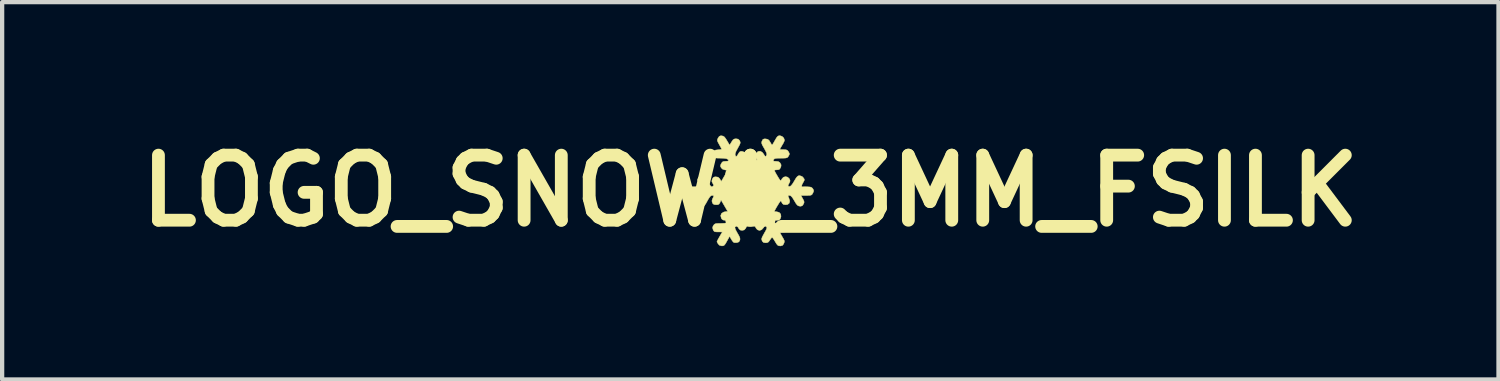
<source format=kicad_pcb>
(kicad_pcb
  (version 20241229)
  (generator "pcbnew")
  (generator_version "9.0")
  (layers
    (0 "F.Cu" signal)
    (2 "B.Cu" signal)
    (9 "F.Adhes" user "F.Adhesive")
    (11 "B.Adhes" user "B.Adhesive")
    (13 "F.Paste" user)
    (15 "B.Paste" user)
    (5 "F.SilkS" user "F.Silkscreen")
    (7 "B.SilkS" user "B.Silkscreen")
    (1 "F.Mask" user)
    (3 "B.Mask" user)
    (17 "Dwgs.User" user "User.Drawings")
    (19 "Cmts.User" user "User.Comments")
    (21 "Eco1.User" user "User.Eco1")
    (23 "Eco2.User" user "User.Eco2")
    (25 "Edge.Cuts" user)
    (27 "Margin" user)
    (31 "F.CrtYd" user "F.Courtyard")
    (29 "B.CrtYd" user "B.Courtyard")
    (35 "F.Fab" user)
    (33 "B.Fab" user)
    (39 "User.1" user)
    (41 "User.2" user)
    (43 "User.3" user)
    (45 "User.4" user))
  (footprint "LOGO_SNOW1_3MM_FSILK"
    (layer "F.Cu")
    (at 14.522 1.418)
    (property "Reference" "LOGO_SNOW1_3MM_FSILK" (at 0 0 0) (layer "F.SilkS") (effects (font (size 1.524 1.524) (thickness 0.3))))
    (attr through_hole)
    (fp_poly (pts (xy 0.742 -1.275) (xy 0.783 -1.236) (xy 0.8 -1.186) (xy 0.8 -1.184) (xy 0.791 -1.155) (xy 0.768 -1.108) (xy 0.745 -1.07) (xy 0.716 -1.02) (xy 0.696 -0.985) (xy 0.691 -0.972) (xy 0.707 -0.967) (xy 0.749 -0.964) (xy 0.778 -0.964) (xy 0.834 -0.961) (xy 0.867 -0.948) (xy 0.89 -0.92) (xy 0.895 -0.913) (xy 0.914 -0.875) (xy 0.912 -0.845) (xy 0.894 -0.813) (xy 0.878 -0.789) (xy 0.857 -0.774) (xy 0.825 -0.767) (xy 0.772 -0.764) (xy 0.715 -0.764) (xy 0.639 -0.763) (xy 0.592 -0.758) (xy 0.564 -0.749) (xy 0.549 -0.733) (xy 0.545 -0.727) (xy 0.536 -0.704) (xy 0.547 -0.694) (xy 0.585 -0.691) (xy 0.599 -0.691) (xy 0.653 -0.685) (xy 0.688 -0.664) (xy 0.702 -0.645) (xy 0.721 -0.606) (xy 0.717 -0.568) (xy 0.709 -0.545) (xy 0.686 -0.507) (xy 0.652 -0.492) (xy 0.625 -0.491) (xy 0.584 -0.488) (xy 0.564 -0.481) (xy 0.564 -0.48) (xy 0.572 -0.457) (xy 0.594 -0.414) (xy 0.624 -0.362) (xy 0.656 -0.309) (xy 0.684 -0.265) (xy 0.704 -0.239) (xy 0.708 -0.236) (xy 0.724 -0.251) (xy 0.742 -0.282) (xy 0.776 -0.318) (xy 0.824 -0.331) (xy 0.873 -0.32) (xy 0.912 -0.284) (xy 0.915 -0.279) (xy 0.93 -0.242) (xy 0.926 -0.21) (xy 0.906 -0.172) (xy 0.886 -0.132) (xy 0.886 -0.111) (xy 0.897 -0.104) (xy 0.924 -0.101) (xy 0.951 -0.117) (xy 0.984 -0.156) (xy 1.026 -0.223) (xy 1.035 -0.239) (xy 1.072 -0.3) (xy 1.101 -0.335) (xy 1.126 -0.351) (xy 1.154 -0.355) (xy 1.21 -0.337) (xy 1.24 -0.307) (xy 1.262 -0.275) (xy 1.265 -0.251) (xy 1.25 -0.219) (xy 1.238 -0.198) (xy 1.208 -0.141) (xy 1.202 -0.104) (xy 1.219 -0.092) (xy 1.223 -0.092) (xy 1.253 -0.094) (xy 1.305 -0.094) (xy 1.34 -0.093) (xy 1.401 -0.089) (xy 1.437 -0.076) (xy 1.462 -0.051) (xy 1.464 -0.047) (xy 1.482 -0.013) (xy 1.481 0.016) (xy 1.464 0.053) (xy 1.447 0.083) (xy 1.427 0.099) (xy 1.395 0.107) (xy 1.34 0.109) (xy 1.31 0.109) (xy 1.184 0.109) (xy 1.227 0.185) (xy 1.252 0.233) (xy 1.26 0.265) (xy 1.252 0.296) (xy 1.243 0.313) (xy 1.217 0.35) (xy 1.182 0.361) (xy 1.158 0.36) (xy 1.126 0.353) (xy 1.099 0.335) (xy 1.07 0.299) (xy 1.033 0.237) (xy 1.03 0.232) (xy 0.99 0.166) (xy 0.959 0.128) (xy 0.932 0.111) (xy 0.916 0.109) (xy 0.889 0.111) (xy 0.883 0.122) (xy 0.895 0.153) (xy 0.903 0.172) (xy 0.923 0.239) (xy 0.912 0.289) (xy 0.874 0.32) (xy 0.827 0.327) (xy 0.778 0.321) (xy 0.75 0.298) (xy 0.742 0.282) (xy 0.723 0.249) (xy 0.71 0.236) (xy 0.697 0.251) (xy 0.672 0.288) (xy 0.641 0.338) (xy 0.609 0.391) (xy 0.582 0.44) (xy 0.566 0.473) (xy 0.564 0.481) (xy 0.579 0.488) (xy 0.618 0.491) (xy 0.618 0.491) (xy 0.674 0.506) (xy 0.71 0.545) (xy 0.718 0.6) (xy 0.709 0.636) (xy 0.691 0.671) (xy 0.665 0.687) (xy 0.618 0.691) (xy 0.606 0.691) (xy 0.558 0.692) (xy 0.538 0.699) (xy 0.54 0.716) (xy 0.545 0.727) (xy 0.56 0.745) (xy 0.583 0.756) (xy 0.625 0.762) (xy 0.692 0.764) (xy 0.714 0.764) (xy 0.788 0.764) (xy 0.834 0.768) (xy 0.862 0.777) (xy 0.88 0.794) (xy 0.893 0.815) (xy 0.911 0.857) (xy 0.908 0.89) (xy 0.897 0.915) (xy 0.877 0.945) (xy 0.849 0.959) (xy 0.801 0.963) (xy 0.781 0.964) (xy 0.73 0.965) (xy 0.697 0.969) (xy 0.691 0.972) (xy 0.699 0.991) (xy 0.721 1.031) (xy 0.745 1.073) (xy 0.778 1.13) (xy 0.795 1.168) (xy 0.797 1.197) (xy 0.786 1.228) (xy 0.779 1.245) (xy 0.753 1.279) (xy 0.711 1.291) (xy 0.698 1.291) (xy 0.663 1.287) (xy 0.637 1.272) (xy 0.609 1.237) (xy 0.582 1.191) (xy 0.55 1.139) (xy 0.524 1.103) (xy 0.51 1.091) (xy 0.492 1.105) (xy 0.466 1.141) (xy 0.457 1.155) (xy 0.426 1.198) (xy 0.392 1.215) (xy 0.358 1.218) (xy 0.31 1.211) (xy 0.282 1.185) (xy 0.275 1.17) (xy 0.266 1.143) (xy 0.267 1.114) (xy 0.282 1.076) (xy 0.312 1.02) (xy 0.326 0.995) (xy 0.362 0.931) (xy 0.382 0.889) (xy 0.386 0.861) (xy 0.379 0.84) (xy 0.375 0.833) (xy 0.358 0.813) (xy 0.343 0.815) (xy 0.322 0.843) (xy 0.31 0.863) (xy 0.265 0.912) (xy 0.215 0.929) (xy 0.167 0.913) (xy 0.136 0.879) (xy 0.116 0.842) (xy 0.117 0.813) (xy 0.134 0.781) (xy 0.155 0.743) (xy 0.164 0.72) (xy 0.164 0.72) (xy 0.147 0.715) (xy 0.102 0.711) (xy 0.037 0.709) (xy 0.007 0.709) (xy -0.149 0.709) (xy -0.114 0.768) (xy -0.093 0.81) (xy -0.091 0.84) (xy -0.107 0.876) (xy -0.108 0.877) (xy -0.142 0.916) (xy -0.19 0.927) (xy -0.193 0.927) (xy -0.235 0.92) (xy -0.265 0.893) (xy -0.283 0.864) (xy -0.308 0.825) (xy -0.329 0.815) (xy -0.34 0.821) (xy -0.358 0.843) (xy -0.36 0.87) (xy -0.346 0.911) (xy -0.313 0.973) (xy -0.297 1) (xy -0.262 1.063) (xy -0.244 1.106) (xy -0.242 1.139) (xy -0.247 1.161) (xy -0.268 1.196) (xy -0.305 1.211) (xy -0.33 1.215) (xy -0.371 1.215) (xy -0.399 1.202) (xy -0.426 1.167) (xy -0.441 1.143) (xy -0.486 1.066) (xy -0.548 1.178) (xy -0.582 1.238) (xy -0.608 1.272) (xy -0.633 1.287) (xy -0.665 1.291) (xy -0.666 1.291) (xy -0.72 1.278) (xy -0.752 1.246) (xy -0.774 1.21) (xy -0.782 1.19) (xy -0.773 1.17) (xy -0.751 1.128) (xy -0.719 1.072) (xy -0.719 1.071) (xy -0.656 0.964) (xy -0.753 0.964) (xy -0.81 0.962) (xy -0.843 0.954) (xy -0.861 0.933) (xy -0.872 0.911) (xy -0.884 0.866) (xy -0.874 0.828) (xy -0.863 0.811) (xy -0.845 0.787) (xy -0.822 0.773) (xy -0.786 0.766) (xy -0.727 0.764) (xy -0.692 0.764) (xy -0.601 0.76) (xy -0.543 0.747) (xy -0.513 0.724) (xy -0.509 0.705) (xy -0.525 0.696) (xy -0.565 0.691) (xy -0.581 0.691) (xy -0.632 0.686) (xy -0.662 0.668) (xy -0.68 0.641) (xy -0.694 0.582) (xy -0.676 0.532) (xy -0.629 0.5) (xy -0.594 0.491) (xy -0.531 0.482) (xy -0.608 0.349) (xy -0.686 0.216) (xy -0.709 0.272) (xy -0.73 0.309) (xy -0.76 0.325) (xy -0.799 0.327) (xy -0.849 0.322) (xy -0.877 0.301) (xy -0.888 0.281) (xy -0.9 0.238) (xy -0.888 0.194) (xy -0.882 0.182) (xy -0.861 0.137) (xy -0.859 0.116) (xy -0.878 0.11) (xy -0.896 0.109) (xy -0.922 0.116) (xy -0.948 0.141) (xy -0.981 0.19) (xy -1.007 0.236) (xy -1.043 0.301) (xy -1.07 0.339) (xy -1.094 0.358) (xy -1.121 0.363) (xy -1.128 0.364) (xy -1.181 0.349) (xy -1.212 0.317) (xy -1.229 0.286) (xy -1.232 0.26) (xy -1.219 0.223) (xy -1.204 0.19) (xy -1.165 0.111) (xy -1.286 0.105) (xy -1.353 0.101) (xy -1.393 0.093) (xy -1.417 0.078) (xy -1.435 0.051) (xy -1.436 0.05) (xy -1.453 0.01) (xy -1.45 -0.022) (xy -1.436 -0.048) (xy -1.417 -0.075) (xy -1.393 -0.089) (xy -1.351 -0.095) (xy -1.3 -0.095) (xy -1.24 -0.097) (xy -1.194 -0.1) (xy -1.177 -0.103) (xy -1.177 -0.123) (xy -1.192 -0.162) (xy -1.204 -0.184) (xy -1.228 -0.231) (xy -1.234 -0.262) (xy -1.224 -0.293) (xy -1.217 -0.306) (xy -1.176 -0.348) (xy -1.135 -0.36) (xy -1.108 -0.36) (xy -1.085 -0.35) (xy -1.062 -0.325) (xy -1.031 -0.277) (xy -1.003 -0.228) (xy -0.963 -0.159) (xy -0.936 -0.118) (xy -0.916 -0.098) (xy -0.898 -0.096) (xy -0.877 -0.106) (xy -0.874 -0.108) (xy -0.859 -0.124) (xy -0.866 -0.149) (xy -0.88 -0.173) (xy -0.901 -0.215) (xy -0.898 -0.253) (xy -0.89 -0.274) (xy -0.868 -0.312) (xy -0.833 -0.326) (xy -0.807 -0.327) (xy -0.757 -0.319) (xy -0.722 -0.289) (xy -0.712 -0.273) (xy -0.679 -0.22) (xy -0.604 -0.351) (xy -0.529 -0.482) (xy -0.59 -0.487) (xy -0.652 -0.508) (xy -0.681 -0.537) (xy -0.699 -0.572) (xy -0.697 -0.602) (xy -0.682 -0.636) (xy -0.657 -0.673) (xy -0.625 -0.688) (xy -0.581 -0.691) (xy -0.536 -0.694) (xy -0.511 -0.702) (xy -0.509 -0.705) (xy -0.522 -0.734) (xy -0.562 -0.753) (xy -0.633 -0.762) (xy -0.694 -0.764) (xy -0.766 -0.765) (xy -0.811 -0.769) (xy -0.839 -0.779) (xy -0.858 -0.798) (xy -0.867 -0.811) (xy -0.887 -0.849) (xy -0.884 -0.88) (xy -0.871 -0.907) (xy -0.847 -0.938) (xy -0.812 -0.954) (xy -0.759 -0.96) (xy -0.708 -0.965) (xy -0.677 -0.972) (xy -0.673 -0.976) (xy -0.681 -0.996) (xy -0.703 -1.038) (xy -0.728 -1.083) (xy -0.758 -1.138) (xy -0.772 -1.173) (xy -0.771 -1.2) (xy -0.757 -1.232) (xy -0.754 -1.237) (xy -0.728 -1.275) (xy -0.697 -1.288) (xy -0.668 -1.287) (xy -0.633 -1.279) (xy -0.604 -1.258) (xy -0.573 -1.216) (xy -0.548 -1.175) (xy -0.485 -1.069) (xy -0.44 -1.144) (xy -0.409 -1.19) (xy -0.379 -1.212) (xy -0.339 -1.218) (xy -0.335 -1.218) (xy -0.286 -1.21) (xy -0.255 -1.181) (xy -0.249 -1.17) (xy -0.238 -1.144) (xy -0.237 -1.118) (xy -0.249 -1.083) (xy -0.277 -1.031) (xy -0.295 -0.999) (xy -0.337 -0.92) (xy -0.355 -0.866) (xy -0.355 -0.838) (xy -0.34 -0.807) (xy -0.322 -0.807) (xy -0.297 -0.839) (xy -0.283 -0.865) (xy -0.255 -0.907) (xy -0.227 -0.923) (xy -0.193 -0.924) (xy -0.138 -0.903) (xy -0.11 -0.869) (xy -0.093 -0.832) (xy -0.096 -0.801) (xy -0.115 -0.764) (xy -0.148 -0.709) (xy 0.01 -0.709) (xy 0.079 -0.711) (xy 0.131 -0.714) (xy 0.158 -0.72) (xy 0.16 -0.723) (xy 0.148 -0.748) (xy 0.129 -0.784) (xy 0.115 -0.824) (xy 0.123 -0.858) (xy 0.137 -0.88) (xy 0.18 -0.921) (xy 0.229 -0.928) (xy 0.278 -0.902) (xy 0.309 -0.864) (xy 0.337 -0.82) (xy 0.355 -0.804) (xy 0.368 -0.813) (xy 0.38 -0.834) (xy 0.386 -0.859) (xy 0.376 -0.895) (xy 0.349 -0.95) (xy 0.326 -0.992) (xy 0.289 -1.056) (xy 0.27 -1.098) (xy 0.264 -1.129) (xy 0.27 -1.157) (xy 0.275 -1.168) (xy 0.294 -1.203) (xy 0.323 -1.215) (xy 0.362 -1.215) (xy 0.408 -1.205) (xy 0.44 -1.179) (xy 0.464 -1.141) (xy 0.488 -1.099) (xy 0.506 -1.075) (xy 0.509 -1.073) (xy 0.522 -1.088) (xy 0.546 -1.126) (xy 0.577 -1.181) (xy 0.578 -1.182) (xy 0.612 -1.241) (xy 0.639 -1.274) (xy 0.665 -1.288) (xy 0.691 -1.291) (xy 0.742 -1.275)) (stroke (width 0.01) (type solid)) (fill yes) (layer "F.SilkS")))
  (gr_rect
    (start -3 -3)
    (end 32.043 5.836)
    (stroke (width 0.1) (type default))
    (fill no)
    (layer "Edge.Cuts")))
</source>
